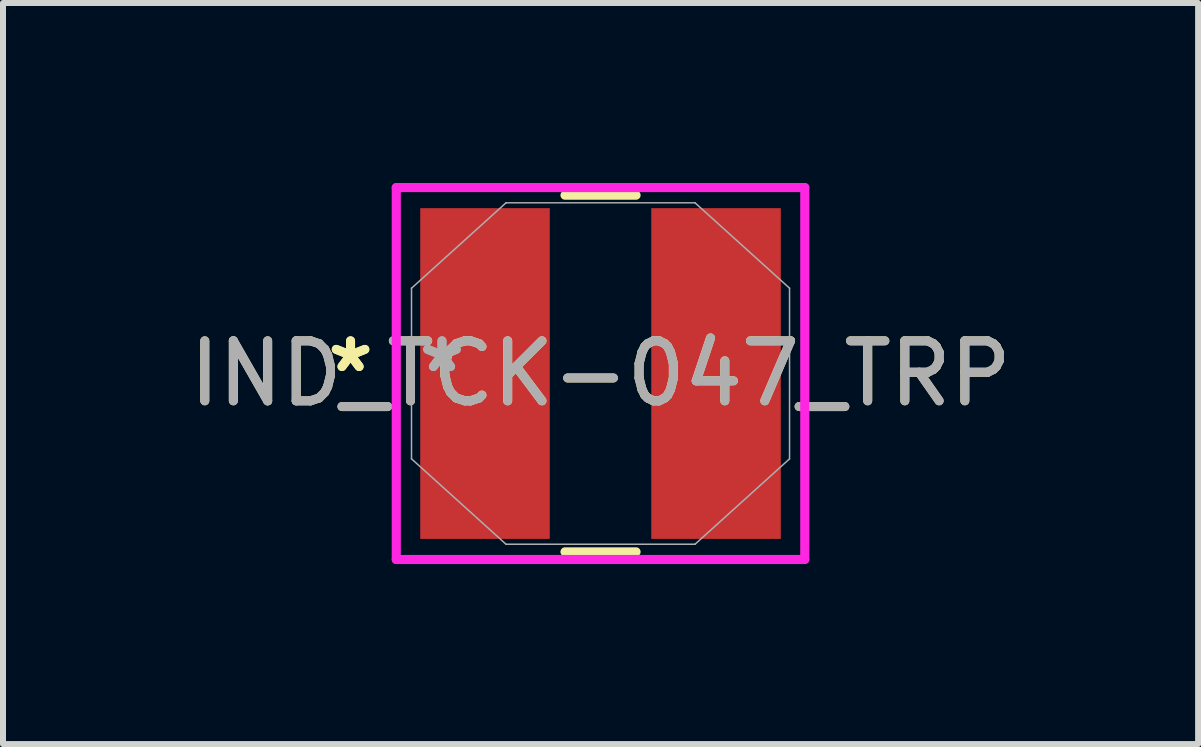
<source format=kicad_pcb>
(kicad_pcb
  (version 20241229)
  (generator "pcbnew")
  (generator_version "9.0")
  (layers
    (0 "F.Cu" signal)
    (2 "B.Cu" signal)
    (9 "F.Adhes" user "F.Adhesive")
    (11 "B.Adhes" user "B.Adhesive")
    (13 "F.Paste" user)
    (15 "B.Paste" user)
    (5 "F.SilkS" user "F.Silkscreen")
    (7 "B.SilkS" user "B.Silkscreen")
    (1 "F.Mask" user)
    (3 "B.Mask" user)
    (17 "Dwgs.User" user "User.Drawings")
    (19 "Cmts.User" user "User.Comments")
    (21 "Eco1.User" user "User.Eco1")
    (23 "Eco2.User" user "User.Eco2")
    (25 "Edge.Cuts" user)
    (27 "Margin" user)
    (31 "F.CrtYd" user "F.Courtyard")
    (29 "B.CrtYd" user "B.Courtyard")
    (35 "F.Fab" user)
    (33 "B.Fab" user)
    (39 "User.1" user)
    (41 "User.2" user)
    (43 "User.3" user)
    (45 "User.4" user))
  (footprint "IND_TCK-047_TRP"
    (layer "F.Cu")
    (at 6.958 3.175)
    (property "Reference" "IND_TCK-047_TRP" (at 0 0 0) (unlocked yes) (layer "F.SilkS") (effects (font (size 1 1) (thickness 0.15))))
    (attr smd)
    (fp_line (start -0.592 2.972) (end 0.592 2.972) (stroke (width 0.152) (type solid)) (layer "F.SilkS"))
    (fp_line (start 0.592 -2.972) (end -0.592 -2.972) (stroke (width 0.152) (type solid)) (layer "F.SilkS"))
    (fp_line (start -3.404 -3.099) (end 3.404 -3.099) (stroke (width 0.152) (type solid)) (layer "F.CrtYd"))
    (fp_line (start -3.404 3.099) (end -3.404 -3.099) (stroke (width 0.152) (type solid)) (layer "F.CrtYd"))
    (fp_line (start 3.404 -3.099) (end 3.404 3.099) (stroke (width 0.152) (type solid)) (layer "F.CrtYd"))
    (fp_line (start 3.404 3.099) (end -3.404 3.099) (stroke (width 0.152) (type solid)) (layer "F.CrtYd"))
    (fp_line (start -3.15 -1.422) (end -3.15 1.422) (stroke (width 0.025) (type solid)) (layer "F.Fab"))
    (fp_line (start -3.15 1.422) (end -1.575 2.845) (stroke (width 0.025) (type solid)) (layer "F.Fab"))
    (fp_line (start -1.575 -2.845) (end -3.15 -1.422) (stroke (width 0.025) (type solid)) (layer "F.Fab"))
    (fp_line (start -1.575 2.845) (end 1.575 2.845) (stroke (width 0.025) (type solid)) (layer "F.Fab"))
    (fp_line (start 1.575 -2.845) (end -1.575 -2.845) (stroke (width 0.025) (type solid)) (layer "F.Fab"))
    (fp_line (start 1.575 2.845) (end 3.15 1.422) (stroke (width 0.025) (type solid)) (layer "F.Fab"))
    (fp_line (start 3.15 -1.422) (end 1.575 -2.845) (stroke (width 0.025) (type solid)) (layer "F.Fab"))
    (fp_line (start 3.15 1.422) (end 3.15 -1.422) (stroke (width 0.025) (type solid)) (layer "F.Fab"))
    (fp_text user "*" (at -4.166 0 0) (layer "F.SilkS") (effects (font (size 1 1) (thickness 0.15))))
    (fp_text user "*" (at -4.166 0 0) (unlocked yes) (layer "F.SilkS") (effects (font (size 1 1) (thickness 0.15))))
    (fp_text user "*" (at -2.642 0 0) (layer "F.Fab") (effects (font (size 1 1) (thickness 0.15))))
    (fp_text user "*" (at -2.642 0 0) (unlocked yes) (layer "F.Fab") (effects (font (size 1 1) (thickness 0.15))))
    (fp_text user "${REFERENCE}" (at 0 0 0) (unlocked yes) (layer "F.Fab") (effects (font (size 1 1) (thickness 0.15))))
    (pad "1" smd rect (at -1.925 0) (size 2.159 5.512) (layers "F.Cu" "F.Mask" "F.Paste"))
    (pad "2" smd rect (at 1.925 0) (size 2.159 5.512) (layers "F.Cu" "F.Mask" "F.Paste")))
  (gr_rect
    (start -3 -3)
    (end 16.917 9.35)
    (stroke (width 0.1) (type default))
    (fill no)
    (layer "Edge.Cuts")))
</source>
